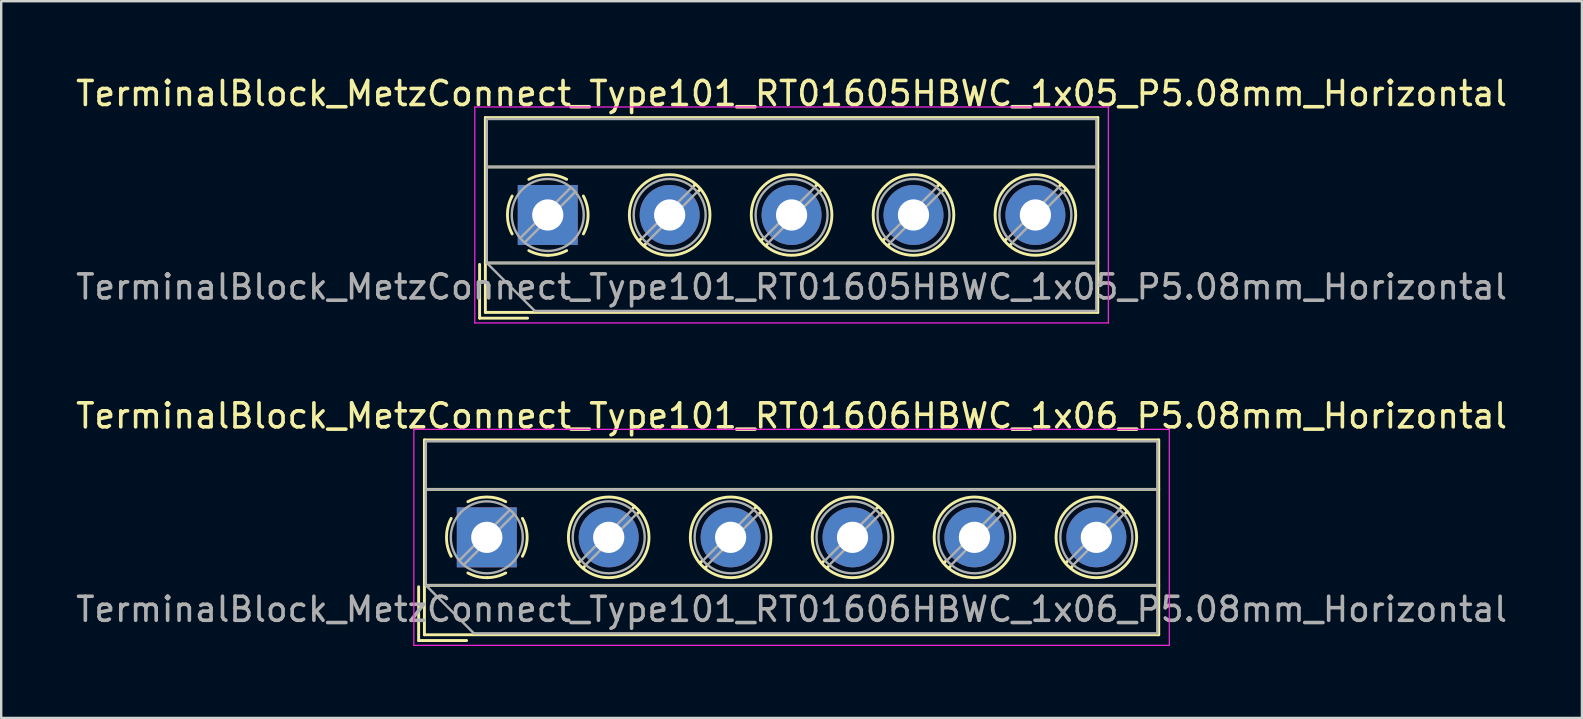
<source format=kicad_pcb>
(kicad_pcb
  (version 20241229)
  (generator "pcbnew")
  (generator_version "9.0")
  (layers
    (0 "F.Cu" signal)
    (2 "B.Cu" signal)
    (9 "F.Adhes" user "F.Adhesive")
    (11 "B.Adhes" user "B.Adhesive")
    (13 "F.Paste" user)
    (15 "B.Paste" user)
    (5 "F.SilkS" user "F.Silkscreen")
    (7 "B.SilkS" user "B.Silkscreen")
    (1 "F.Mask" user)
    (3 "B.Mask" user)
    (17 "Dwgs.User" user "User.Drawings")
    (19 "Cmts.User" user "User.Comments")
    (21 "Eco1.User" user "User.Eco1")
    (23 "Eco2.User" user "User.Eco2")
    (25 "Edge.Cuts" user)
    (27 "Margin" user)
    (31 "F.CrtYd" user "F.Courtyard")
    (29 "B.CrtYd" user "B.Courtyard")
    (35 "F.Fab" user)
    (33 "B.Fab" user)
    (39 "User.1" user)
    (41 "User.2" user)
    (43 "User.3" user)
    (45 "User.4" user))
  (footprint "TerminalBlock_MetzConnect_Type101_RT01605HBWC_1x05_P5.08mm_Horizontal"
    (layer "F.Cu")
    (at 19.775 5.908)
    (property "Reference" "TerminalBlock_MetzConnect_Type101_RT01605HBWC_1x05_P5.08mm_Horizontal" (at 10.16 -5.06 0) (layer "F.SilkS") (effects (font (size 1 1) (thickness 0.15))))
    (attr through_hole)
    (fp_line (start -2.84 2.06) (end -2.84 4.3) (stroke (width 0.12) (type solid)) (layer "F.SilkS"))
    (fp_line (start -2.84 4.3) (end -0.84 4.3) (stroke (width 0.12) (type solid)) (layer "F.SilkS"))
    (fp_line (start -2.6 -4.06) (end -2.6 4.06) (stroke (width 0.12) (type solid)) (layer "F.SilkS"))
    (fp_line (start -2.6 -4.06) (end 22.92 -4.06) (stroke (width 0.12) (type solid)) (layer "F.SilkS"))
    (fp_line (start -2.6 -2) (end 22.92 -2) (stroke (width 0.12) (type solid)) (layer "F.SilkS"))
    (fp_line (start -2.6 2) (end 22.92 2) (stroke (width 0.12) (type solid)) (layer "F.SilkS"))
    (fp_line (start -2.6 4.06) (end 22.92 4.06) (stroke (width 0.12) (type solid)) (layer "F.SilkS"))
    (fp_line (start 3.9 0.976) (end 3.806 1.069) (stroke (width 0.12) (type solid)) (layer "F.SilkS"))
    (fp_line (start 4.07 1.216) (end 4.011 1.274) (stroke (width 0.12) (type solid)) (layer "F.SilkS"))
    (fp_line (start 6.15 -1.275) (end 6.091 -1.216) (stroke (width 0.12) (type solid)) (layer "F.SilkS"))
    (fp_line (start 6.355 -1.069) (end 6.261 -0.976) (stroke (width 0.12) (type solid)) (layer "F.SilkS"))
    (fp_line (start 8.98 0.976) (end 8.886 1.069) (stroke (width 0.12) (type solid)) (layer "F.SilkS"))
    (fp_line (start 9.15 1.216) (end 9.091 1.274) (stroke (width 0.12) (type solid)) (layer "F.SilkS"))
    (fp_line (start 11.23 -1.275) (end 11.171 -1.216) (stroke (width 0.12) (type solid)) (layer "F.SilkS"))
    (fp_line (start 11.435 -1.069) (end 11.341 -0.976) (stroke (width 0.12) (type solid)) (layer "F.SilkS"))
    (fp_line (start 14.06 0.976) (end 13.966 1.069) (stroke (width 0.12) (type solid)) (layer "F.SilkS"))
    (fp_line (start 14.23 1.216) (end 14.171 1.274) (stroke (width 0.12) (type solid)) (layer "F.SilkS"))
    (fp_line (start 16.31 -1.275) (end 16.251 -1.216) (stroke (width 0.12) (type solid)) (layer "F.SilkS"))
    (fp_line (start 16.515 -1.069) (end 16.421 -0.976) (stroke (width 0.12) (type solid)) (layer "F.SilkS"))
    (fp_line (start 19.14 0.976) (end 19.046 1.069) (stroke (width 0.12) (type solid)) (layer "F.SilkS"))
    (fp_line (start 19.31 1.216) (end 19.251 1.274) (stroke (width 0.12) (type solid)) (layer "F.SilkS"))
    (fp_line (start 21.39 -1.275) (end 21.331 -1.216) (stroke (width 0.12) (type solid)) (layer "F.SilkS"))
    (fp_line (start 21.595 -1.069) (end 21.501 -0.976) (stroke (width 0.12) (type solid)) (layer "F.SilkS"))
    (fp_line (start 22.92 -4.06) (end 22.92 4.06) (stroke (width 0.12) (type solid)) (layer "F.SilkS"))
    (fp_arc (start -1.483953 0.789089) (mid -1.680708 0.00005) (end -1.484 -0.789) (stroke (width 0.12) (type solid)) (layer "F.SilkS"))
    (fp_arc (start -0.789089 -1.483953) (mid -0.00005 -1.680708) (end 0.789 -1.484) (stroke (width 0.12) (type solid)) (layer "F.SilkS"))
    (fp_arc (start 0.029383 1.68045) (mid -0.392304 1.634281) (end -0.789 1.484) (stroke (width 0.12) (type solid)) (layer "F.SilkS"))
    (fp_arc (start 0.788712 1.483352) (mid 0.406429 1.630097) (end 0 1.68) (stroke (width 0.12) (type solid)) (layer "F.SilkS"))
    (fp_arc (start 1.483953 -0.789089) (mid 1.680708 -0.00005) (end 1.484 0.789) (stroke (width 0.12) (type solid)) (layer "F.SilkS"))
    (fp_circle (center 5.08 0) (end 6.76 0) (stroke (width 0.12) (type solid)) (fill no) (layer "F.SilkS"))
    (fp_circle (center 10.16 0) (end 11.84 0) (stroke (width 0.12) (type solid)) (fill no) (layer "F.SilkS"))
    (fp_circle (center 15.24 0) (end 16.92 0) (stroke (width 0.12) (type solid)) (fill no) (layer "F.SilkS"))
    (fp_circle (center 20.32 0) (end 22 0) (stroke (width 0.12) (type solid)) (fill no) (layer "F.SilkS"))
    (fp_line (start -3.04 -4.5) (end -3.04 4.5) (stroke (width 0.05) (type solid)) (layer "F.CrtYd"))
    (fp_line (start -3.04 4.5) (end 23.36 4.5) (stroke (width 0.05) (type solid)) (layer "F.CrtYd"))
    (fp_line (start 23.36 -4.5) (end -3.04 -4.5) (stroke (width 0.05) (type solid)) (layer "F.CrtYd"))
    (fp_line (start 23.36 4.5) (end 23.36 -4.5) (stroke (width 0.05) (type solid)) (layer "F.CrtYd"))
    (fp_line (start -2.54 -4) (end 22.86 -4) (stroke (width 0.1) (type solid)) (layer "F.Fab"))
    (fp_line (start -2.54 -2) (end 22.86 -2) (stroke (width 0.1) (type solid)) (layer "F.Fab"))
    (fp_line (start -2.54 2) (end -2.54 -4) (stroke (width 0.1) (type solid)) (layer "F.Fab"))
    (fp_line (start -2.54 2) (end 22.86 2) (stroke (width 0.1) (type solid)) (layer "F.Fab"))
    (fp_line (start -0.54 4) (end -2.54 2) (stroke (width 0.1) (type solid)) (layer "F.Fab"))
    (fp_line (start 0.955 -1.138) (end -1.138 0.955) (stroke (width 0.1) (type solid)) (layer "F.Fab"))
    (fp_line (start 1.138 -0.955) (end -0.955 1.138) (stroke (width 0.1) (type solid)) (layer "F.Fab"))
    (fp_line (start 6.035 -1.138) (end 3.943 0.955) (stroke (width 0.1) (type solid)) (layer "F.Fab"))
    (fp_line (start 6.218 -0.955) (end 4.126 1.138) (stroke (width 0.1) (type solid)) (layer "F.Fab"))
    (fp_line (start 11.115 -1.138) (end 9.023 0.955) (stroke (width 0.1) (type solid)) (layer "F.Fab"))
    (fp_line (start 11.298 -0.955) (end 9.206 1.138) (stroke (width 0.1) (type solid)) (layer "F.Fab"))
    (fp_line (start 16.195 -1.138) (end 14.103 0.955) (stroke (width 0.1) (type solid)) (layer "F.Fab"))
    (fp_line (start 16.378 -0.955) (end 14.286 1.138) (stroke (width 0.1) (type solid)) (layer "F.Fab"))
    (fp_line (start 21.275 -1.138) (end 19.183 0.955) (stroke (width 0.1) (type solid)) (layer "F.Fab"))
    (fp_line (start 21.458 -0.955) (end 19.366 1.138) (stroke (width 0.1) (type solid)) (layer "F.Fab"))
    (fp_line (start 22.86 -4) (end 22.86 4) (stroke (width 0.1) (type solid)) (layer "F.Fab"))
    (fp_line (start 22.86 4) (end -0.54 4) (stroke (width 0.1) (type solid)) (layer "F.Fab"))
    (fp_circle (center 0 0) (end 1.5 0) (stroke (width 0.1) (type solid)) (fill no) (layer "F.Fab"))
    (fp_circle (center 5.08 0) (end 6.58 0) (stroke (width 0.1) (type solid)) (fill no) (layer "F.Fab"))
    (fp_circle (center 10.16 0) (end 11.66 0) (stroke (width 0.1) (type solid)) (fill no) (layer "F.Fab"))
    (fp_circle (center 15.24 0) (end 16.74 0) (stroke (width 0.1) (type solid)) (fill no) (layer "F.Fab"))
    (fp_circle (center 20.32 0) (end 21.82 0) (stroke (width 0.1) (type solid)) (fill no) (layer "F.Fab"))
    (fp_text user "${REFERENCE}" (at 10.16 3 0) (layer "F.Fab") (effects (font (size 1 1) (thickness 0.15))))
    (pad "1" thru_hole rect (at 0 0) (size 2.5 2.5) (drill 1.3) (layers "*.Cu" "*.Mask"))
    (pad "2" thru_hole circle (at 5.08 0) (size 2.5 2.5) (drill 1.3) (layers "*.Cu" "*.Mask"))
    (pad "3" thru_hole circle (at 10.16 0) (size 2.5 2.5) (drill 1.3) (layers "*.Cu" "*.Mask"))
    (pad "4" thru_hole circle (at 15.24 0) (size 2.5 2.5) (drill 1.3) (layers "*.Cu" "*.Mask"))
    (pad "5" thru_hole circle (at 20.32 0) (size 2.5 2.5) (drill 1.3) (layers "*.Cu" "*.Mask")))
  (footprint "TerminalBlock_MetzConnect_Type101_RT01606HBWC_1x06_P5.08mm_Horizontal"
    (layer "F.Cu")
    (at 17.235 19.341)
    (property "Reference" "TerminalBlock_MetzConnect_Type101_RT01606HBWC_1x06_P5.08mm_Horizontal" (at 12.7 -5.06 0) (layer "F.SilkS") (effects (font (size 1 1) (thickness 0.15))))
    (attr through_hole)
    (fp_line (start -2.84 2.06) (end -2.84 4.3) (stroke (width 0.12) (type solid)) (layer "F.SilkS"))
    (fp_line (start -2.84 4.3) (end -0.84 4.3) (stroke (width 0.12) (type solid)) (layer "F.SilkS"))
    (fp_line (start -2.6 -4.06) (end -2.6 4.06) (stroke (width 0.12) (type solid)) (layer "F.SilkS"))
    (fp_line (start -2.6 -4.06) (end 28 -4.06) (stroke (width 0.12) (type solid)) (layer "F.SilkS"))
    (fp_line (start -2.6 -2) (end 28 -2) (stroke (width 0.12) (type solid)) (layer "F.SilkS"))
    (fp_line (start -2.6 2) (end 28 2) (stroke (width 0.12) (type solid)) (layer "F.SilkS"))
    (fp_line (start -2.6 4.06) (end 28 4.06) (stroke (width 0.12) (type solid)) (layer "F.SilkS"))
    (fp_line (start 3.9 0.976) (end 3.806 1.069) (stroke (width 0.12) (type solid)) (layer "F.SilkS"))
    (fp_line (start 4.07 1.216) (end 4.011 1.274) (stroke (width 0.12) (type solid)) (layer "F.SilkS"))
    (fp_line (start 6.15 -1.275) (end 6.091 -1.216) (stroke (width 0.12) (type solid)) (layer "F.SilkS"))
    (fp_line (start 6.355 -1.069) (end 6.261 -0.976) (stroke (width 0.12) (type solid)) (layer "F.SilkS"))
    (fp_line (start 8.98 0.976) (end 8.886 1.069) (stroke (width 0.12) (type solid)) (layer "F.SilkS"))
    (fp_line (start 9.15 1.216) (end 9.091 1.274) (stroke (width 0.12) (type solid)) (layer "F.SilkS"))
    (fp_line (start 11.23 -1.275) (end 11.171 -1.216) (stroke (width 0.12) (type solid)) (layer "F.SilkS"))
    (fp_line (start 11.435 -1.069) (end 11.341 -0.976) (stroke (width 0.12) (type solid)) (layer "F.SilkS"))
    (fp_line (start 14.06 0.976) (end 13.966 1.069) (stroke (width 0.12) (type solid)) (layer "F.SilkS"))
    (fp_line (start 14.23 1.216) (end 14.171 1.274) (stroke (width 0.12) (type solid)) (layer "F.SilkS"))
    (fp_line (start 16.31 -1.275) (end 16.251 -1.216) (stroke (width 0.12) (type solid)) (layer "F.SilkS"))
    (fp_line (start 16.515 -1.069) (end 16.421 -0.976) (stroke (width 0.12) (type solid)) (layer "F.SilkS"))
    (fp_line (start 19.14 0.976) (end 19.046 1.069) (stroke (width 0.12) (type solid)) (layer "F.SilkS"))
    (fp_line (start 19.31 1.216) (end 19.251 1.274) (stroke (width 0.12) (type solid)) (layer "F.SilkS"))
    (fp_line (start 21.39 -1.275) (end 21.331 -1.216) (stroke (width 0.12) (type solid)) (layer "F.SilkS"))
    (fp_line (start 21.595 -1.069) (end 21.501 -0.976) (stroke (width 0.12) (type solid)) (layer "F.SilkS"))
    (fp_line (start 24.22 0.976) (end 24.126 1.069) (stroke (width 0.12) (type solid)) (layer "F.SilkS"))
    (fp_line (start 24.39 1.216) (end 24.331 1.274) (stroke (width 0.12) (type solid)) (layer "F.SilkS"))
    (fp_line (start 26.47 -1.275) (end 26.411 -1.216) (stroke (width 0.12) (type solid)) (layer "F.SilkS"))
    (fp_line (start 26.675 -1.069) (end 26.581 -0.976) (stroke (width 0.12) (type solid)) (layer "F.SilkS"))
    (fp_line (start 28 -4.06) (end 28 4.06) (stroke (width 0.12) (type solid)) (layer "F.SilkS"))
    (fp_arc (start -1.483953 0.789089) (mid -1.680708 0.00005) (end -1.484 -0.789) (stroke (width 0.12) (type solid)) (layer "F.SilkS"))
    (fp_arc (start -0.789089 -1.483953) (mid -0.00005 -1.680708) (end 0.789 -1.484) (stroke (width 0.12) (type solid)) (layer "F.SilkS"))
    (fp_arc (start 0.029383 1.68045) (mid -0.392304 1.634281) (end -0.789 1.484) (stroke (width 0.12) (type solid)) (layer "F.SilkS"))
    (fp_arc (start 0.788712 1.483352) (mid 0.406429 1.630097) (end 0 1.68) (stroke (width 0.12) (type solid)) (layer "F.SilkS"))
    (fp_arc (start 1.483953 -0.789089) (mid 1.680708 -0.00005) (end 1.484 0.789) (stroke (width 0.12) (type solid)) (layer "F.SilkS"))
    (fp_circle (center 5.08 0) (end 6.76 0) (stroke (width 0.12) (type solid)) (fill no) (layer "F.SilkS"))
    (fp_circle (center 10.16 0) (end 11.84 0) (stroke (width 0.12) (type solid)) (fill no) (layer "F.SilkS"))
    (fp_circle (center 15.24 0) (end 16.92 0) (stroke (width 0.12) (type solid)) (fill no) (layer "F.SilkS"))
    (fp_circle (center 20.32 0) (end 22 0) (stroke (width 0.12) (type solid)) (fill no) (layer "F.SilkS"))
    (fp_circle (center 25.4 0) (end 27.08 0) (stroke (width 0.12) (type solid)) (fill no) (layer "F.SilkS"))
    (fp_line (start -3.04 -4.5) (end -3.04 4.5) (stroke (width 0.05) (type solid)) (layer "F.CrtYd"))
    (fp_line (start -3.04 4.5) (end 28.44 4.5) (stroke (width 0.05) (type solid)) (layer "F.CrtYd"))
    (fp_line (start 28.44 -4.5) (end -3.04 -4.5) (stroke (width 0.05) (type solid)) (layer "F.CrtYd"))
    (fp_line (start 28.44 4.5) (end 28.44 -4.5) (stroke (width 0.05) (type solid)) (layer "F.CrtYd"))
    (fp_line (start -2.54 -4) (end 27.94 -4) (stroke (width 0.1) (type solid)) (layer "F.Fab"))
    (fp_line (start -2.54 -2) (end 27.94 -2) (stroke (width 0.1) (type solid)) (layer "F.Fab"))
    (fp_line (start -2.54 2) (end -2.54 -4) (stroke (width 0.1) (type solid)) (layer "F.Fab"))
    (fp_line (start -2.54 2) (end 27.94 2) (stroke (width 0.1) (type solid)) (layer "F.Fab"))
    (fp_line (start -0.54 4) (end -2.54 2) (stroke (width 0.1) (type solid)) (layer "F.Fab"))
    (fp_line (start 0.955 -1.138) (end -1.138 0.955) (stroke (width 0.1) (type solid)) (layer "F.Fab"))
    (fp_line (start 1.138 -0.955) (end -0.955 1.138) (stroke (width 0.1) (type solid)) (layer "F.Fab"))
    (fp_line (start 6.035 -1.138) (end 3.943 0.955) (stroke (width 0.1) (type solid)) (layer "F.Fab"))
    (fp_line (start 6.218 -0.955) (end 4.126 1.138) (stroke (width 0.1) (type solid)) (layer "F.Fab"))
    (fp_line (start 11.115 -1.138) (end 9.023 0.955) (stroke (width 0.1) (type solid)) (layer "F.Fab"))
    (fp_line (start 11.298 -0.955) (end 9.206 1.138) (stroke (width 0.1) (type solid)) (layer "F.Fab"))
    (fp_line (start 16.195 -1.138) (end 14.103 0.955) (stroke (width 0.1) (type solid)) (layer "F.Fab"))
    (fp_line (start 16.378 -0.955) (end 14.286 1.138) (stroke (width 0.1) (type solid)) (layer "F.Fab"))
    (fp_line (start 21.275 -1.138) (end 19.183 0.955) (stroke (width 0.1) (type solid)) (layer "F.Fab"))
    (fp_line (start 21.458 -0.955) (end 19.366 1.138) (stroke (width 0.1) (type solid)) (layer "F.Fab"))
    (fp_line (start 26.355 -1.138) (end 24.263 0.955) (stroke (width 0.1) (type solid)) (layer "F.Fab"))
    (fp_line (start 26.538 -0.955) (end 24.446 1.138) (stroke (width 0.1) (type solid)) (layer "F.Fab"))
    (fp_line (start 27.94 -4) (end 27.94 4) (stroke (width 0.1) (type solid)) (layer "F.Fab"))
    (fp_line (start 27.94 4) (end -0.54 4) (stroke (width 0.1) (type solid)) (layer "F.Fab"))
    (fp_circle (center 0 0) (end 1.5 0) (stroke (width 0.1) (type solid)) (fill no) (layer "F.Fab"))
    (fp_circle (center 5.08 0) (end 6.58 0) (stroke (width 0.1) (type solid)) (fill no) (layer "F.Fab"))
    (fp_circle (center 10.16 0) (end 11.66 0) (stroke (width 0.1) (type solid)) (fill no) (layer "F.Fab"))
    (fp_circle (center 15.24 0) (end 16.74 0) (stroke (width 0.1) (type solid)) (fill no) (layer "F.Fab"))
    (fp_circle (center 20.32 0) (end 21.82 0) (stroke (width 0.1) (type solid)) (fill no) (layer "F.Fab"))
    (fp_circle (center 25.4 0) (end 26.9 0) (stroke (width 0.1) (type solid)) (fill no) (layer "F.Fab"))
    (fp_text user "${REFERENCE}" (at 12.7 3 0) (layer "F.Fab") (effects (font (size 1 1) (thickness 0.15))))
    (pad "1" thru_hole rect (at 0 0) (size 2.5 2.5) (drill 1.3) (layers "*.Cu" "*.Mask"))
    (pad "2" thru_hole circle (at 5.08 0) (size 2.5 2.5) (drill 1.3) (layers "*.Cu" "*.Mask"))
    (pad "3" thru_hole circle (at 10.16 0) (size 2.5 2.5) (drill 1.3) (layers "*.Cu" "*.Mask"))
    (pad "4" thru_hole circle (at 15.24 0) (size 2.5 2.5) (drill 1.3) (layers "*.Cu" "*.Mask"))
    (pad "5" thru_hole circle (at 20.32 0) (size 2.5 2.5) (drill 1.3) (layers "*.Cu" "*.Mask"))
    (pad "6" thru_hole circle (at 25.4 0) (size 2.5 2.5) (drill 1.3) (layers "*.Cu" "*.Mask")))
  (gr_rect
    (start -3 -3)
    (end 62.869 26.866)
    (stroke (width 0.1) (type default))
    (fill no)
    (layer "Edge.Cuts")))
</source>
